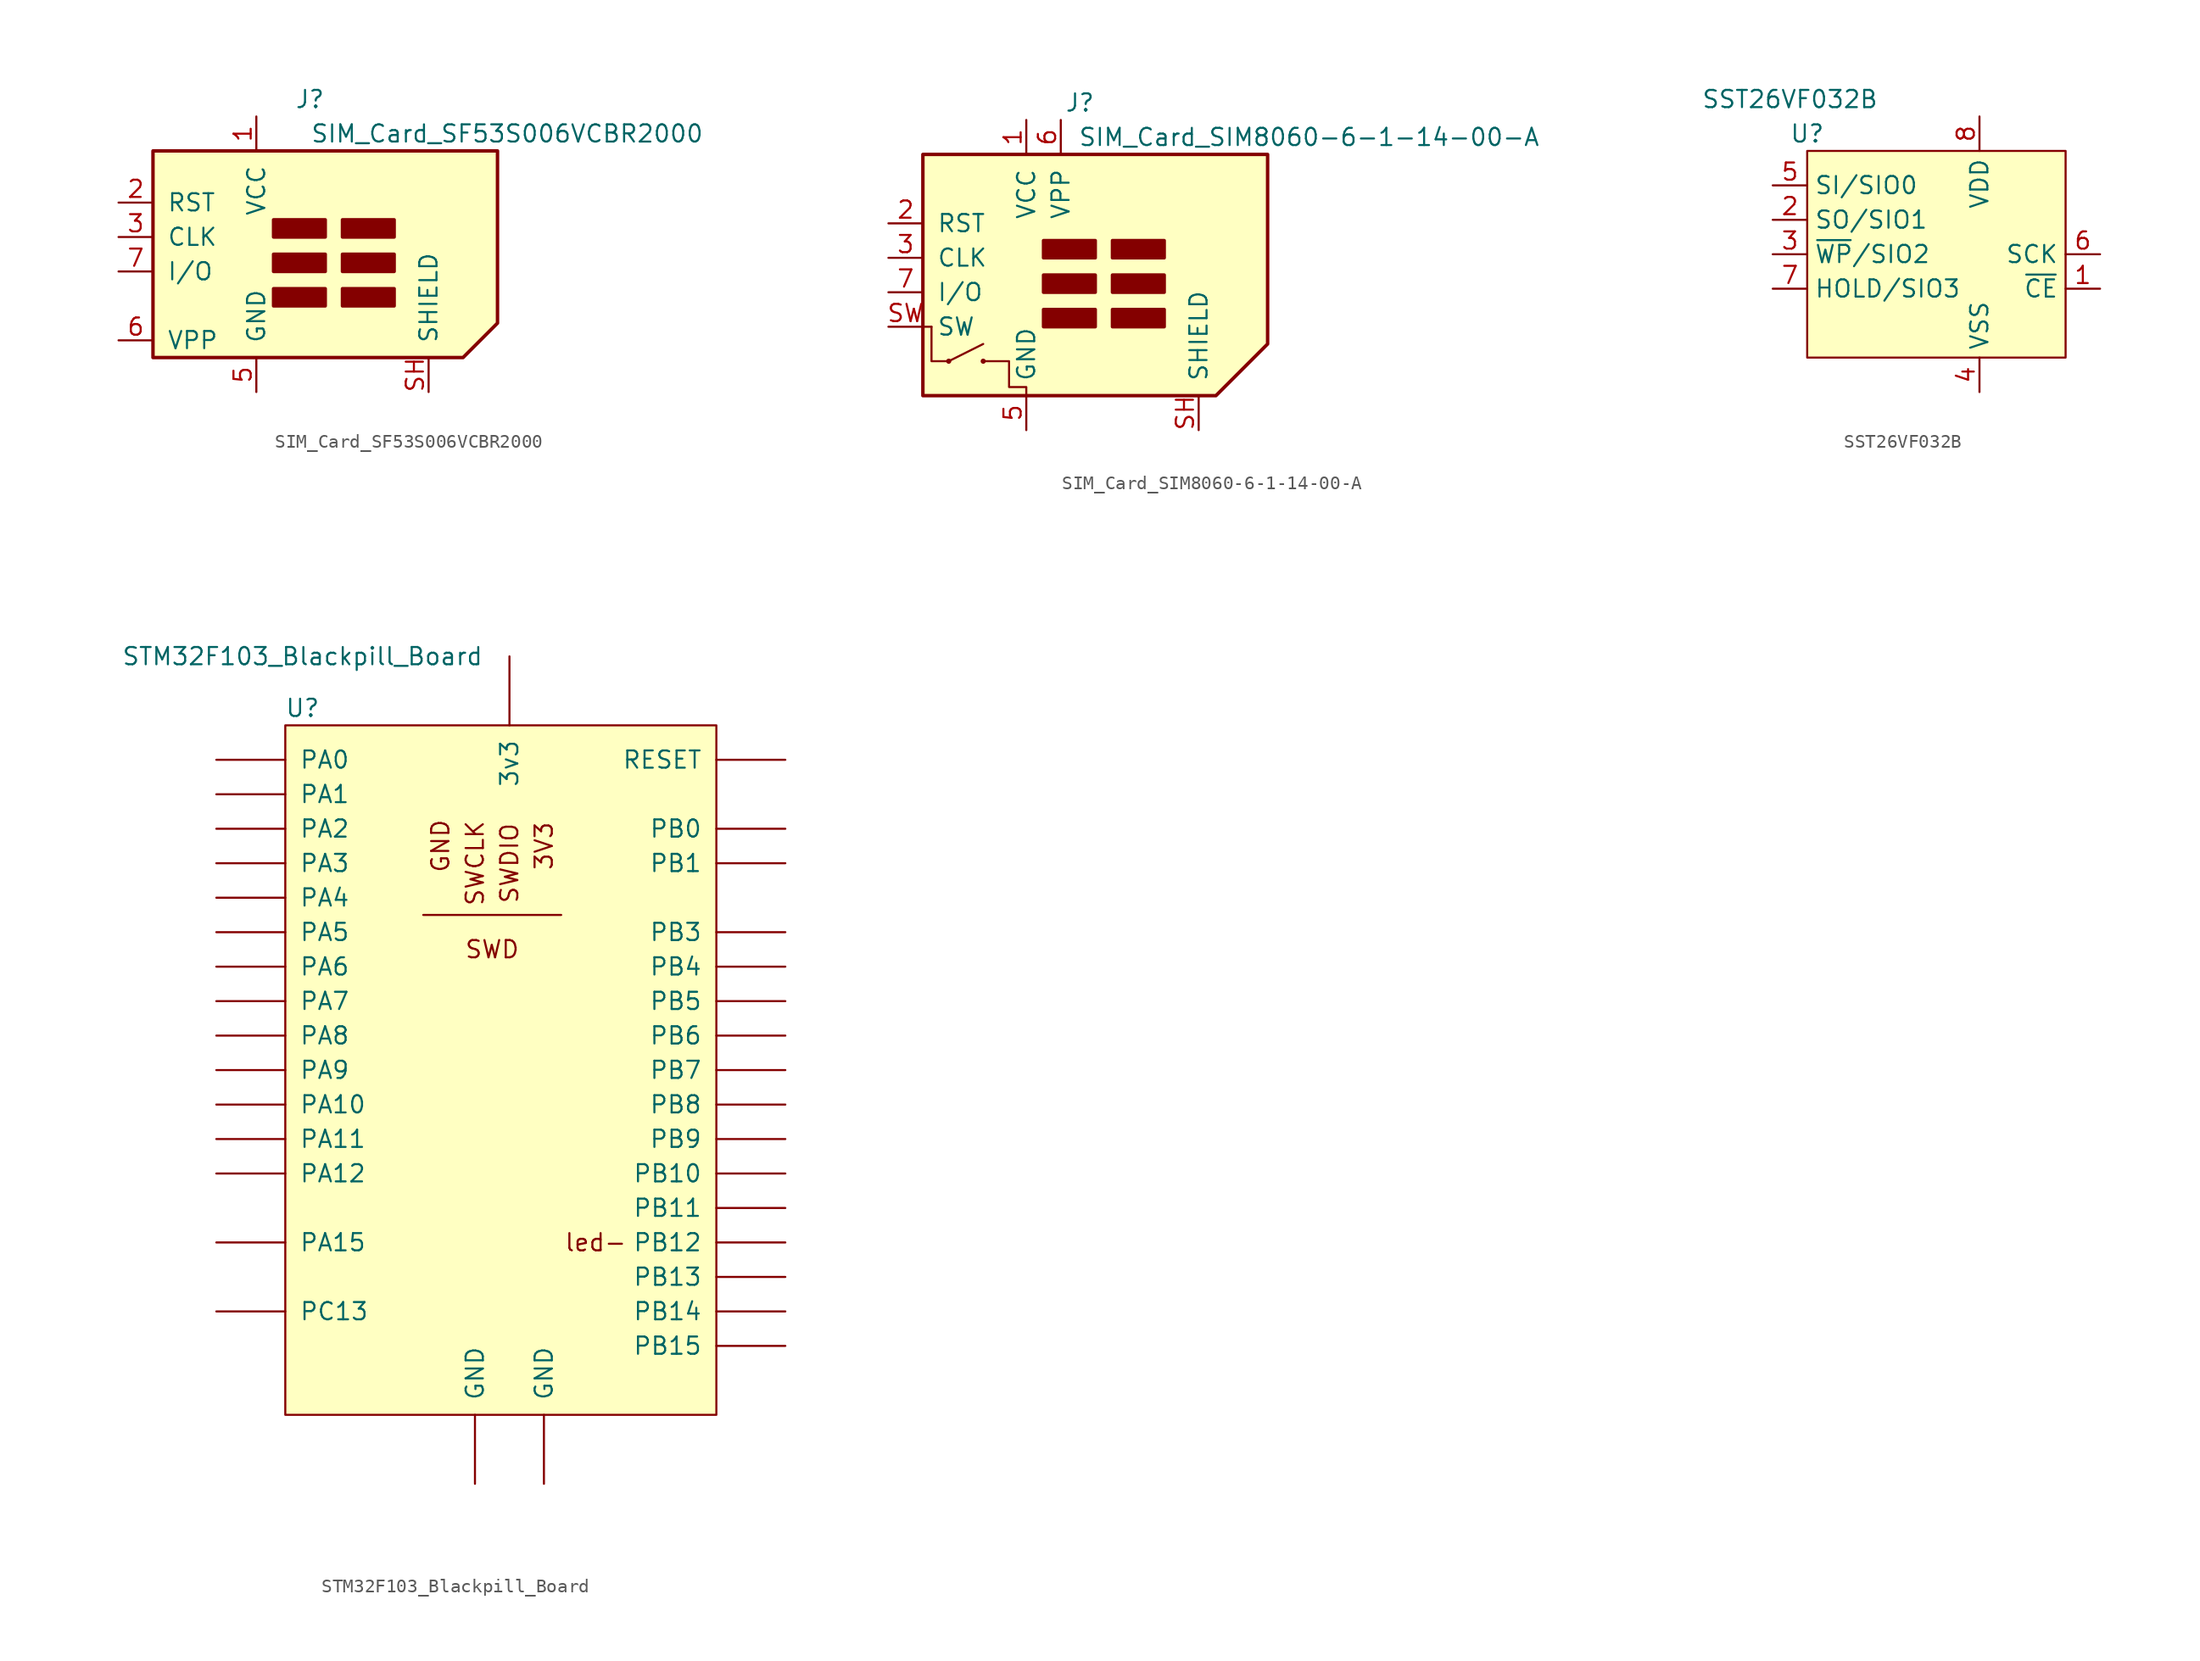
<source format=kicad_sym>
(kicad_symbol_lib
  (version 20220914)
  (generator kicad_symbol_editor)
  (symbol "SIM_Card_SF53S006VCBR2000"
    (pin_names
      (offset 1.016))
    (property "Reference" "J"
      (at 2.54 12.7 0)
      (effects (font (size 1.27 1.27)) (justify right)))
    (property "Value" "SIM_Card_SF53S006VCBR2000"
      (at 30.48 10.16 0)
      (effects (font (size 1.27 1.27)) (justify right)))
    (symbol "SIM_Card_SF53S006VCBR2000_0_1"
      (rectangle (start -1.27 -2.54) (end 2.54 -1.27) (stroke (width 0.254) (type default)) (fill (type outline)))
      (rectangle (start -1.27 0) (end 2.54 1.27) (stroke (width 0.254) (type default)) (fill (type outline)))
      (rectangle (start -1.27 2.54) (end 2.54 3.81) (stroke (width 0.254) (type default)) (fill (type outline)))
      (polyline (pts (xy -10.16 8.89) (xy 15.24 8.89) (xy 15.24 -3.81) (xy 12.7 -6.35) (xy -10.16 -6.35) (xy -10.16 8.89)) (stroke (width 0.254) (type default)) (fill (type background)))
      (rectangle (start 3.81 -1.27) (end 7.62 -2.54) (stroke (width 0.254) (type default)) (fill (type outline)))
      (rectangle (start 3.81 0) (end 7.62 1.27) (stroke (width 0.254) (type default)) (fill (type outline)))
      (rectangle (start 3.81 2.54) (end 7.62 3.81) (stroke (width 0.254) (type default)) (fill (type outline))))
    (symbol "SIM_Card_SF53S006VCBR2000_1_1"
      (pin power_in line (at -2.54 11.43 270) (length 2.54) (name "VCC" (effects (font (size 1.27 1.27)))) (number "1" (effects (font (size 1.27 1.27)))))
      (pin input line (at -12.7 5.08 0) (length 2.54) (name "RST" (effects (font (size 1.27 1.27)))) (number "2" (effects (font (size 1.27 1.27)))))
      (pin input line (at -12.7 2.54 0) (length 2.54) (name "CLK" (effects (font (size 1.27 1.27)))) (number "3" (effects (font (size 1.27 1.27)))))
      (pin power_in line (at -2.54 -8.89 90) (length 2.54) (name "GND" (effects (font (size 1.27 1.27)))) (number "5" (effects (font (size 1.27 1.27)))))
      (pin input line (at -12.7 -5.08 0) (length 2.54) (name "VPP" (effects (font (size 1.27 1.27)))) (number "6" (effects (font (size 1.27 1.27)))))
      (pin bidirectional line (at -12.7 0 0) (length 2.54) (name "I/O" (effects (font (size 1.27 1.27)))) (number "7" (effects (font (size 1.27 1.27)))))
      (pin passive line (at 10.16 -8.89 90) (length 2.54) (name "SHIELD" (effects (font (size 1.27 1.27)))) (number "SH" (effects (font (size 1.27 1.27)))))))
  (symbol "SIM_Card_SIM8060-6-1-14-00-A"
    (pin_names
      (offset 1.016))
    (property "Reference" "J"
      (at 2.54 13.97 0)
      (effects (font (size 1.27 1.27)) (justify right)))
    (property "Value" "SIM_Card_SIM8060-6-1-14-00-A"
      (at 1.27 11.43 0)
      (effects (font (size 1.27 1.27)) (justify left)))
    (symbol "SIM_Card_SIM8060-6-1-14-00-A_0_1"
      (circle (center -8.255 -5.08) (radius 0.0001) (stroke (width 0) (type default)) (fill (type none)))
      (circle (center -8.255 -5.08) (radius 0.114) (stroke (width 0) (type default)) (fill (type none)))
      (circle (center -5.715 -5.08) (radius 0.114) (stroke (width 0) (type default)) (fill (type none)))
      (rectangle (start -1.27 -2.54) (end 2.54 -1.27) (stroke (width 0.254) (type default)) (fill (type outline)))
      (rectangle (start -1.27 0) (end 2.54 1.27) (stroke (width 0.254) (type default)) (fill (type outline)))
      (rectangle (start -1.27 2.54) (end 2.54 3.81) (stroke (width 0.254) (type default)) (fill (type outline)))
      (polyline (pts (xy -10.16 -2.54) (xy -9.525 -2.54)) (stroke (width 0) (type default)) (fill (type none)))
      (polyline (pts (xy -9.525 -2.54) (xy -9.525 -5.08) (xy -8.255 -5.08) (xy -5.715 -3.81)) (stroke (width 0) (type default)) (fill (type none)))
      (polyline (pts (xy -2.54 -7.62) (xy -2.54 -6.985) (xy -3.81 -6.985) (xy -3.81 -5.08) (xy -5.715 -5.08)) (stroke (width 0) (type default)) (fill (type none)))
      (polyline (pts (xy -10.16 10.16) (xy 15.24 10.16) (xy 15.24 -3.81) (xy 11.43 -7.62) (xy -10.16 -7.62) (xy -10.16 10.16)) (stroke (width 0.254) (type default)) (fill (type background)))
      (rectangle (start 3.81 -1.27) (end 7.62 -2.54) (stroke (width 0.254) (type default)) (fill (type outline)))
      (rectangle (start 3.81 0) (end 7.62 1.27) (stroke (width 0.254) (type default)) (fill (type outline)))
      (rectangle (start 3.81 2.54) (end 7.62 3.81) (stroke (width 0.254) (type default)) (fill (type outline))))
    (symbol "SIM_Card_SIM8060-6-1-14-00-A_1_1"
      (pin power_in line (at -2.54 12.7 270) (length 2.54) (name "VCC" (effects (font (size 1.27 1.27)))) (number "1" (effects (font (size 1.27 1.27)))))
      (pin input line (at -12.7 5.08 0) (length 2.54) (name "RST" (effects (font (size 1.27 1.27)))) (number "2" (effects (font (size 1.27 1.27)))))
      (pin input line (at -12.7 2.54 0) (length 2.54) (name "CLK" (effects (font (size 1.27 1.27)))) (number "3" (effects (font (size 1.27 1.27)))))
      (pin power_in line (at -2.54 -10.16 90) (length 2.54) (name "GND" (effects (font (size 1.27 1.27)))) (number "5" (effects (font (size 1.27 1.27)))))
      (pin input line (at 0 12.7 270) (length 2.54) (name "VPP" (effects (font (size 1.27 1.27)))) (number "6" (effects (font (size 1.27 1.27)))))
      (pin bidirectional line (at -12.7 0 0) (length 2.54) (name "I/O" (effects (font (size 1.27 1.27)))) (number "7" (effects (font (size 1.27 1.27)))))
      (pin passive line (at 10.16 -10.16 90) (length 2.54) (name "SHIELD" (effects (font (size 1.27 1.27)))) (number "SH" (effects (font (size 1.27 1.27)))))
      (pin passive line (at -12.7 -2.54 0) (length 2.54) (name "SW" (effects (font (size 1.27 1.27)))) (number "SW" (effects (font (size 1.27 1.27)))))))
  (symbol "SST26VF032B"
    (property "Reference" "U"
      (at -8.89 8.89 0)
      (effects (font (size 1.27 1.27))))
    (property "Value" "SST26VF032B"
      (at -10.16 11.43 0)
      (effects (font (size 1.27 1.27))))
    (symbol "SST26VF032B_0_1"
      (rectangle (start -8.89 7.62) (end 10.16 -7.62) (stroke (width 0) (type default)) (fill (type background))))
    (symbol "SST26VF032B_1_1"
      (pin input line (at 12.7 -2.54 180) (length 2.54) (name "~{CE}" (effects (font (size 1.27 1.27)))) (number "1" (effects (font (size 1.27 1.27)))))
      (pin bidirectional line (at -11.43 2.54 0) (length 2.54) (name "SO/SIO1" (effects (font (size 1.27 1.27)))) (number "2" (effects (font (size 1.27 1.27)))))
      (pin bidirectional line (at -11.43 0 0) (length 2.54) (name "~{WP}/SIO2" (effects (font (size 1.27 1.27)))) (number "3" (effects (font (size 1.27 1.27)))))
      (pin power_in line (at 3.81 -10.16 90) (length 2.54) (name "VSS" (effects (font (size 1.27 1.27)))) (number "4" (effects (font (size 1.27 1.27)))))
      (pin bidirectional line (at -11.43 5.08 0) (length 2.54) (name "SI/SIO0" (effects (font (size 1.27 1.27)))) (number "5" (effects (font (size 1.27 1.27)))))
      (pin input line (at 12.7 0 180) (length 2.54) (name "SCK" (effects (font (size 1.27 1.27)))) (number "6" (effects (font (size 1.27 1.27)))))
      (pin bidirectional line (at -11.43 -2.54 0) (length 2.54) (name "HOLD/SIO3" (effects (font (size 1.27 1.27)))) (number "7" (effects (font (size 1.27 1.27)))))
      (pin power_in line (at 3.81 10.16 270) (length 2.54) (name "VDD" (effects (font (size 1.27 1.27)))) (number "8" (effects (font (size 1.27 1.27)))))))
  (symbol "STM32F103_Blackpill_Board"
    (pin_numbers hide)
    (pin_names
      (offset 1.016))
    (property "Reference" "U"
      (at -15.24 24.13 0)
      (effects (font (size 1.27 1.27))))
    (property "Value" "STM32F103_Blackpill_Board"
      (at -15.24 27.94 0)
      (effects (font (size 1.27 1.27))))
    (symbol "STM32F103_Blackpill_Board_0_0"
      (rectangle (start -6.35 8.89) (end 3.81 8.89) (stroke (width 0) (type default)) (fill (type none)))
      (text "3V3" (at 2.54 13.97 900) (effects (font (size 1.27 1.27))))
      (text "GND" (at -5.08 13.97 900) (effects (font (size 1.27 1.27))))
      (text "led-" (at 6.35 -15.24 0) (effects (font (size 1.27 1.27))))
      (text "SWCLK" (at -2.54 12.7 900) (effects (font (size 1.27 1.27))))
      (text "SWD" (at -1.27 6.35 0) (effects (font (size 1.27 1.27))))
      (text "SWDIO" (at 0 12.7 900) (effects (font (size 1.27 1.27)))))
    (symbol "STM32F103_Blackpill_Board_0_1"
      (rectangle (start -16.51 22.86) (end 15.24 -27.94) (stroke (width 0) (type default)) (fill (type background))))
    (symbol "STM32F103_Blackpill_Board_1_1"
      (pin power_in line (at 0 27.94 270) (length 5.08) (name "3v3" (effects (font (size 1.27 1.27)))) (number "3v3" (effects (font (size 1.27 1.27)))))
      (pin power_in line (at -2.54 -33.02 90) (length 5.08) (name "GND" (effects (font (size 1.27 1.27)))) (number "GND" (effects (font (size 1.27 1.27)))))
      (pin power_in line (at 2.54 -33.02 90) (length 5.08) (name "GND" (effects (font (size 1.27 1.27)))) (number "GND" (effects (font (size 1.27 1.27)))))
      (pin passive line (at -21.59 20.32 0) (length 5.08) (name "PA0" (effects (font (size 1.27 1.27)))) (number "PA0" (effects (font (size 1.27 1.27)))))
      (pin passive line (at -21.59 17.78 0) (length 5.08) (name "PA1" (effects (font (size 1.27 1.27)))) (number "PA1" (effects (font (size 1.27 1.27)))))
      (pin passive line (at -21.59 -5.08 0) (length 5.08) (name "PA10" (effects (font (size 1.27 1.27)))) (number "PA10" (effects (font (size 1.27 1.27)))))
      (pin passive line (at -21.59 -7.62 0) (length 5.08) (name "PA11" (effects (font (size 1.27 1.27)))) (number "PA11" (effects (font (size 1.27 1.27)))))
      (pin passive line (at -21.59 -10.16 0) (length 5.08) (name "PA12" (effects (font (size 1.27 1.27)))) (number "PA12" (effects (font (size 1.27 1.27)))))
      (pin passive line (at -21.59 -15.24 0) (length 5.08) (name "PA15" (effects (font (size 1.27 1.27)))) (number "PA15" (effects (font (size 1.27 1.27)))))
      (pin passive line (at -21.59 15.24 0) (length 5.08) (name "PA2" (effects (font (size 1.27 1.27)))) (number "PA2" (effects (font (size 1.27 1.27)))))
      (pin passive line (at -21.59 12.7 0) (length 5.08) (name "PA3" (effects (font (size 1.27 1.27)))) (number "PA3" (effects (font (size 1.27 1.27)))))
      (pin passive line (at -21.59 10.16 0) (length 5.08) (name "PA4" (effects (font (size 1.27 1.27)))) (number "PA4" (effects (font (size 1.27 1.27)))))
      (pin passive line (at -21.59 7.62 0) (length 5.08) (name "PA5" (effects (font (size 1.27 1.27)))) (number "PA5" (effects (font (size 1.27 1.27)))))
      (pin passive line (at -21.59 5.08 0) (length 5.08) (name "PA6" (effects (font (size 1.27 1.27)))) (number "PA6" (effects (font (size 1.27 1.27)))))
      (pin passive line (at -21.59 2.54 0) (length 5.08) (name "PA7" (effects (font (size 1.27 1.27)))) (number "PA7" (effects (font (size 1.27 1.27)))))
      (pin passive line (at -21.59 0 0) (length 5.08) (name "PA8" (effects (font (size 1.27 1.27)))) (number "PA8" (effects (font (size 1.27 1.27)))))
      (pin passive line (at -21.59 -2.54 0) (length 5.08) (name "PA9" (effects (font (size 1.27 1.27)))) (number "PA9" (effects (font (size 1.27 1.27)))))
      (pin passive line (at 20.32 15.24 180) (length 5.08) (name "PB0" (effects (font (size 1.27 1.27)))) (number "PB0" (effects (font (size 1.27 1.27)))))
      (pin passive line (at 20.32 12.7 180) (length 5.08) (name "PB1" (effects (font (size 1.27 1.27)))) (number "PB1" (effects (font (size 1.27 1.27)))))
      (pin passive line (at 20.32 -10.16 180) (length 5.08) (name "PB10" (effects (font (size 1.27 1.27)))) (number "PB10" (effects (font (size 1.27 1.27)))))
      (pin passive line (at 20.32 -12.7 180) (length 5.08) (name "PB11" (effects (font (size 1.27 1.27)))) (number "PB11" (effects (font (size 1.27 1.27)))))
      (pin passive line (at 20.32 -15.24 180) (length 5.08) (name "PB12" (effects (font (size 1.27 1.27)))) (number "PB12" (effects (font (size 1.27 1.27)))))
      (pin passive line (at 20.32 -17.78 180) (length 5.08) (name "PB13" (effects (font (size 1.27 1.27)))) (number "PB13" (effects (font (size 1.27 1.27)))))
      (pin passive line (at 20.32 -20.32 180) (length 5.08) (name "PB14" (effects (font (size 1.27 1.27)))) (number "PB14" (effects (font (size 1.27 1.27)))))
      (pin passive line (at 20.32 -22.86 180) (length 5.08) (name "PB15" (effects (font (size 1.27 1.27)))) (number "PB15" (effects (font (size 1.27 1.27)))))
      (pin passive line (at 20.32 7.62 180) (length 5.08) (name "PB3" (effects (font (size 1.27 1.27)))) (number "PB3" (effects (font (size 1.27 1.27)))))
      (pin passive line (at 20.32 5.08 180) (length 5.08) (name "PB4" (effects (font (size 1.27 1.27)))) (number "PB4" (effects (font (size 1.27 1.27)))))
      (pin passive line (at 20.32 2.54 180) (length 5.08) (name "PB5" (effects (font (size 1.27 1.27)))) (number "PB5" (effects (font (size 1.27 1.27)))))
      (pin passive line (at 20.32 0 180) (length 5.08) (name "PB6" (effects (font (size 1.27 1.27)))) (number "PB6" (effects (font (size 1.27 1.27)))))
      (pin passive line (at 20.32 -2.54 180) (length 5.08) (name "PB7" (effects (font (size 1.27 1.27)))) (number "PB7" (effects (font (size 1.27 1.27)))))
      (pin passive line (at 20.32 -5.08 180) (length 5.08) (name "PB8" (effects (font (size 1.27 1.27)))) (number "PB8" (effects (font (size 1.27 1.27)))))
      (pin passive line (at 20.32 -7.62 180) (length 5.08) (name "PB9" (effects (font (size 1.27 1.27)))) (number "PB9" (effects (font (size 1.27 1.27)))))
      (pin passive line (at -21.59 -20.32 0) (length 5.08) (name "PC13" (effects (font (size 1.27 1.27)))) (number "PC13" (effects (font (size 1.27 1.27)))))
      (pin input line (at 20.32 20.32 180) (length 5.08) (name "RESET" (effects (font (size 1.27 1.27)))) (number "RESET" (effects (font (size 1.27 1.27))))))))
</source>
